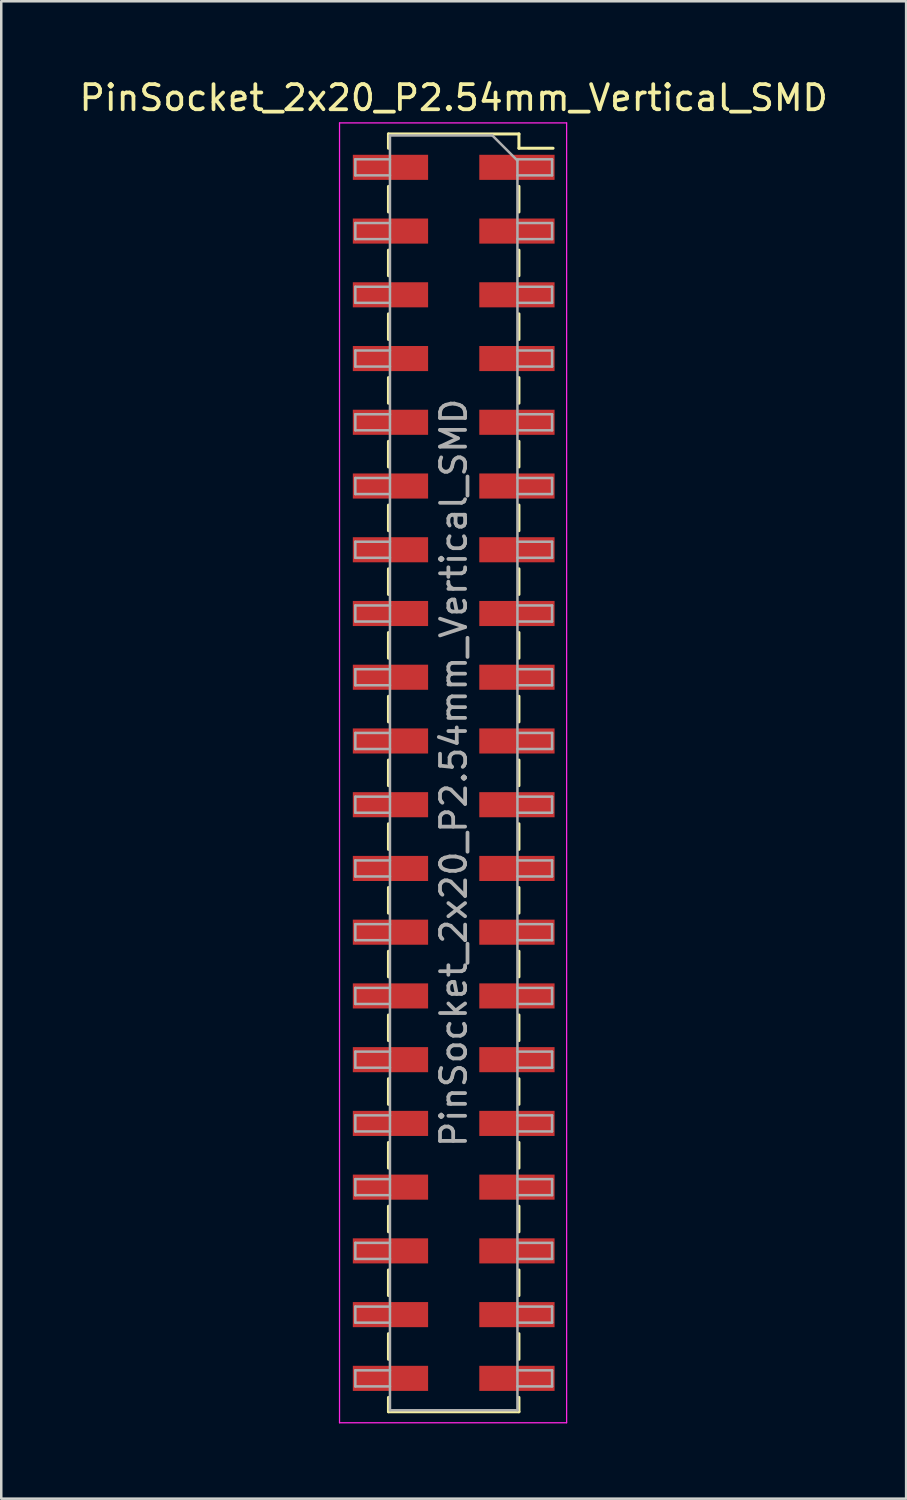
<source format=kicad_pcb>
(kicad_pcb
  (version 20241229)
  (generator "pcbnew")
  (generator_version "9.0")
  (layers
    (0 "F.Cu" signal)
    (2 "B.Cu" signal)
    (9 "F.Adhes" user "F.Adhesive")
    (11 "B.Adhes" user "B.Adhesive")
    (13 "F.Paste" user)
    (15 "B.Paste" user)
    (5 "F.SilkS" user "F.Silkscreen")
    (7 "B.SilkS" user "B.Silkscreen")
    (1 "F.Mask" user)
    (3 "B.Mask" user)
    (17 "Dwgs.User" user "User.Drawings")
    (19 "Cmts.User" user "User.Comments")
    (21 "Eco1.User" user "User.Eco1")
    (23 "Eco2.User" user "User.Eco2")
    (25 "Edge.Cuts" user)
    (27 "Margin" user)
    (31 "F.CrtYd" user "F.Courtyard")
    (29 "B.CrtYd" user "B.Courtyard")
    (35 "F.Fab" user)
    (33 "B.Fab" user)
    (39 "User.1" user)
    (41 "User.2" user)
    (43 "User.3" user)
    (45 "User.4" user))
  (footprint "PinSocket_2x20_P2.54mm_Vertical_SMD"
    (layer "F.Cu")
    (at 15.03 27.748)
    (property "Reference" "PinSocket_2x20_P2.54mm_Vertical_SMD" (at 0 -26.9 0) (layer "F.SilkS") (effects (font (size 1 1) (thickness 0.15))))
    (attr smd)
    (fp_line (start -2.6 -25.46) (end -2.6 -24.89) (stroke (width 0.12) (type solid)) (layer "F.SilkS"))
    (fp_line (start -2.6 -25.46) (end 2.6 -25.46) (stroke (width 0.12) (type solid)) (layer "F.SilkS"))
    (fp_line (start -2.6 -23.37) (end -2.6 -22.35) (stroke (width 0.12) (type solid)) (layer "F.SilkS"))
    (fp_line (start -2.6 -20.83) (end -2.6 -19.81) (stroke (width 0.12) (type solid)) (layer "F.SilkS"))
    (fp_line (start -2.6 -18.29) (end -2.6 -17.27) (stroke (width 0.12) (type solid)) (layer "F.SilkS"))
    (fp_line (start -2.6 -15.75) (end -2.6 -14.73) (stroke (width 0.12) (type solid)) (layer "F.SilkS"))
    (fp_line (start -2.6 -13.21) (end -2.6 -12.19) (stroke (width 0.12) (type solid)) (layer "F.SilkS"))
    (fp_line (start -2.6 -10.67) (end -2.6 -9.65) (stroke (width 0.12) (type solid)) (layer "F.SilkS"))
    (fp_line (start -2.6 -8.13) (end -2.6 -7.11) (stroke (width 0.12) (type solid)) (layer "F.SilkS"))
    (fp_line (start -2.6 -5.59) (end -2.6 -4.57) (stroke (width 0.12) (type solid)) (layer "F.SilkS"))
    (fp_line (start -2.6 -3.05) (end -2.6 -2.03) (stroke (width 0.12) (type solid)) (layer "F.SilkS"))
    (fp_line (start -2.6 -0.51) (end -2.6 0.51) (stroke (width 0.12) (type solid)) (layer "F.SilkS"))
    (fp_line (start -2.6 2.03) (end -2.6 3.05) (stroke (width 0.12) (type solid)) (layer "F.SilkS"))
    (fp_line (start -2.6 4.57) (end -2.6 5.59) (stroke (width 0.12) (type solid)) (layer "F.SilkS"))
    (fp_line (start -2.6 7.11) (end -2.6 8.13) (stroke (width 0.12) (type solid)) (layer "F.SilkS"))
    (fp_line (start -2.6 9.65) (end -2.6 10.67) (stroke (width 0.12) (type solid)) (layer "F.SilkS"))
    (fp_line (start -2.6 12.19) (end -2.6 13.21) (stroke (width 0.12) (type solid)) (layer "F.SilkS"))
    (fp_line (start -2.6 14.73) (end -2.6 15.75) (stroke (width 0.12) (type solid)) (layer "F.SilkS"))
    (fp_line (start -2.6 17.27) (end -2.6 18.29) (stroke (width 0.12) (type solid)) (layer "F.SilkS"))
    (fp_line (start -2.6 19.81) (end -2.6 20.83) (stroke (width 0.12) (type solid)) (layer "F.SilkS"))
    (fp_line (start -2.6 22.35) (end -2.6 23.37) (stroke (width 0.12) (type solid)) (layer "F.SilkS"))
    (fp_line (start -2.6 24.89) (end -2.6 25.46) (stroke (width 0.12) (type solid)) (layer "F.SilkS"))
    (fp_line (start -2.6 25.46) (end 2.6 25.46) (stroke (width 0.12) (type solid)) (layer "F.SilkS"))
    (fp_line (start 2.6 -25.46) (end 2.6 -24.89) (stroke (width 0.12) (type solid)) (layer "F.SilkS"))
    (fp_line (start 2.6 -24.89) (end 3.96 -24.89) (stroke (width 0.12) (type solid)) (layer "F.SilkS"))
    (fp_line (start 2.6 -23.37) (end 2.6 -22.35) (stroke (width 0.12) (type solid)) (layer "F.SilkS"))
    (fp_line (start 2.6 -20.83) (end 2.6 -19.81) (stroke (width 0.12) (type solid)) (layer "F.SilkS"))
    (fp_line (start 2.6 -18.29) (end 2.6 -17.27) (stroke (width 0.12) (type solid)) (layer "F.SilkS"))
    (fp_line (start 2.6 -15.75) (end 2.6 -14.73) (stroke (width 0.12) (type solid)) (layer "F.SilkS"))
    (fp_line (start 2.6 -13.21) (end 2.6 -12.19) (stroke (width 0.12) (type solid)) (layer "F.SilkS"))
    (fp_line (start 2.6 -10.67) (end 2.6 -9.65) (stroke (width 0.12) (type solid)) (layer "F.SilkS"))
    (fp_line (start 2.6 -8.13) (end 2.6 -7.11) (stroke (width 0.12) (type solid)) (layer "F.SilkS"))
    (fp_line (start 2.6 -5.59) (end 2.6 -4.57) (stroke (width 0.12) (type solid)) (layer "F.SilkS"))
    (fp_line (start 2.6 -3.05) (end 2.6 -2.03) (stroke (width 0.12) (type solid)) (layer "F.SilkS"))
    (fp_line (start 2.6 -0.51) (end 2.6 0.51) (stroke (width 0.12) (type solid)) (layer "F.SilkS"))
    (fp_line (start 2.6 2.03) (end 2.6 3.05) (stroke (width 0.12) (type solid)) (layer "F.SilkS"))
    (fp_line (start 2.6 4.57) (end 2.6 5.59) (stroke (width 0.12) (type solid)) (layer "F.SilkS"))
    (fp_line (start 2.6 7.11) (end 2.6 8.13) (stroke (width 0.12) (type solid)) (layer "F.SilkS"))
    (fp_line (start 2.6 9.65) (end 2.6 10.67) (stroke (width 0.12) (type solid)) (layer "F.SilkS"))
    (fp_line (start 2.6 12.19) (end 2.6 13.21) (stroke (width 0.12) (type solid)) (layer "F.SilkS"))
    (fp_line (start 2.6 14.73) (end 2.6 15.75) (stroke (width 0.12) (type solid)) (layer "F.SilkS"))
    (fp_line (start 2.6 17.27) (end 2.6 18.29) (stroke (width 0.12) (type solid)) (layer "F.SilkS"))
    (fp_line (start 2.6 19.81) (end 2.6 20.83) (stroke (width 0.12) (type solid)) (layer "F.SilkS"))
    (fp_line (start 2.6 22.35) (end 2.6 23.37) (stroke (width 0.12) (type solid)) (layer "F.SilkS"))
    (fp_line (start 2.6 24.89) (end 2.6 25.46) (stroke (width 0.12) (type solid)) (layer "F.SilkS"))
    (fp_line (start -4.55 -25.9) (end 4.5 -25.9) (stroke (width 0.05) (type solid)) (layer "F.CrtYd"))
    (fp_line (start -4.55 25.9) (end -4.55 -25.9) (stroke (width 0.05) (type solid)) (layer "F.CrtYd"))
    (fp_line (start 4.5 -25.9) (end 4.5 25.9) (stroke (width 0.05) (type solid)) (layer "F.CrtYd"))
    (fp_line (start 4.5 25.9) (end -4.55 25.9) (stroke (width 0.05) (type solid)) (layer "F.CrtYd"))
    (fp_line (start -3.92 -24.45) (end -2.54 -24.45) (stroke (width 0.1) (type solid)) (layer "F.Fab"))
    (fp_line (start -3.92 -23.81) (end -3.92 -24.45) (stroke (width 0.1) (type solid)) (layer "F.Fab"))
    (fp_line (start -3.92 -21.91) (end -2.54 -21.91) (stroke (width 0.1) (type solid)) (layer "F.Fab"))
    (fp_line (start -3.92 -21.27) (end -3.92 -21.91) (stroke (width 0.1) (type solid)) (layer "F.Fab"))
    (fp_line (start -3.92 -19.37) (end -2.54 -19.37) (stroke (width 0.1) (type solid)) (layer "F.Fab"))
    (fp_line (start -3.92 -18.73) (end -3.92 -19.37) (stroke (width 0.1) (type solid)) (layer "F.Fab"))
    (fp_line (start -3.92 -16.83) (end -2.54 -16.83) (stroke (width 0.1) (type solid)) (layer "F.Fab"))
    (fp_line (start -3.92 -16.19) (end -3.92 -16.83) (stroke (width 0.1) (type solid)) (layer "F.Fab"))
    (fp_line (start -3.92 -14.29) (end -2.54 -14.29) (stroke (width 0.1) (type solid)) (layer "F.Fab"))
    (fp_line (start -3.92 -13.65) (end -3.92 -14.29) (stroke (width 0.1) (type solid)) (layer "F.Fab"))
    (fp_line (start -3.92 -11.75) (end -2.54 -11.75) (stroke (width 0.1) (type solid)) (layer "F.Fab"))
    (fp_line (start -3.92 -11.11) (end -3.92 -11.75) (stroke (width 0.1) (type solid)) (layer "F.Fab"))
    (fp_line (start -3.92 -9.21) (end -2.54 -9.21) (stroke (width 0.1) (type solid)) (layer "F.Fab"))
    (fp_line (start -3.92 -8.57) (end -3.92 -9.21) (stroke (width 0.1) (type solid)) (layer "F.Fab"))
    (fp_line (start -3.92 -6.67) (end -2.54 -6.67) (stroke (width 0.1) (type solid)) (layer "F.Fab"))
    (fp_line (start -3.92 -6.03) (end -3.92 -6.67) (stroke (width 0.1) (type solid)) (layer "F.Fab"))
    (fp_line (start -3.92 -4.13) (end -2.54 -4.13) (stroke (width 0.1) (type solid)) (layer "F.Fab"))
    (fp_line (start -3.92 -3.49) (end -3.92 -4.13) (stroke (width 0.1) (type solid)) (layer "F.Fab"))
    (fp_line (start -3.92 -1.59) (end -2.54 -1.59) (stroke (width 0.1) (type solid)) (layer "F.Fab"))
    (fp_line (start -3.92 -0.95) (end -3.92 -1.59) (stroke (width 0.1) (type solid)) (layer "F.Fab"))
    (fp_line (start -3.92 0.95) (end -2.54 0.95) (stroke (width 0.1) (type solid)) (layer "F.Fab"))
    (fp_line (start -3.92 1.59) (end -3.92 0.95) (stroke (width 0.1) (type solid)) (layer "F.Fab"))
    (fp_line (start -3.92 3.49) (end -2.54 3.49) (stroke (width 0.1) (type solid)) (layer "F.Fab"))
    (fp_line (start -3.92 4.13) (end -3.92 3.49) (stroke (width 0.1) (type solid)) (layer "F.Fab"))
    (fp_line (start -3.92 6.03) (end -2.54 6.03) (stroke (width 0.1) (type solid)) (layer "F.Fab"))
    (fp_line (start -3.92 6.67) (end -3.92 6.03) (stroke (width 0.1) (type solid)) (layer "F.Fab"))
    (fp_line (start -3.92 8.57) (end -2.54 8.57) (stroke (width 0.1) (type solid)) (layer "F.Fab"))
    (fp_line (start -3.92 9.21) (end -3.92 8.57) (stroke (width 0.1) (type solid)) (layer "F.Fab"))
    (fp_line (start -3.92 11.11) (end -2.54 11.11) (stroke (width 0.1) (type solid)) (layer "F.Fab"))
    (fp_line (start -3.92 11.75) (end -3.92 11.11) (stroke (width 0.1) (type solid)) (layer "F.Fab"))
    (fp_line (start -3.92 13.65) (end -2.54 13.65) (stroke (width 0.1) (type solid)) (layer "F.Fab"))
    (fp_line (start -3.92 14.29) (end -3.92 13.65) (stroke (width 0.1) (type solid)) (layer "F.Fab"))
    (fp_line (start -3.92 16.19) (end -2.54 16.19) (stroke (width 0.1) (type solid)) (layer "F.Fab"))
    (fp_line (start -3.92 16.83) (end -3.92 16.19) (stroke (width 0.1) (type solid)) (layer "F.Fab"))
    (fp_line (start -3.92 18.73) (end -2.54 18.73) (stroke (width 0.1) (type solid)) (layer "F.Fab"))
    (fp_line (start -3.92 19.37) (end -3.92 18.73) (stroke (width 0.1) (type solid)) (layer "F.Fab"))
    (fp_line (start -3.92 21.27) (end -2.54 21.27) (stroke (width 0.1) (type solid)) (layer "F.Fab"))
    (fp_line (start -3.92 21.91) (end -3.92 21.27) (stroke (width 0.1) (type solid)) (layer "F.Fab"))
    (fp_line (start -3.92 23.81) (end -2.54 23.81) (stroke (width 0.1) (type solid)) (layer "F.Fab"))
    (fp_line (start -3.92 24.45) (end -3.92 23.81) (stroke (width 0.1) (type solid)) (layer "F.Fab"))
    (fp_line (start -2.54 -25.4) (end 1.54 -25.4) (stroke (width 0.1) (type solid)) (layer "F.Fab"))
    (fp_line (start -2.54 -23.81) (end -3.92 -23.81) (stroke (width 0.1) (type solid)) (layer "F.Fab"))
    (fp_line (start -2.54 -21.27) (end -3.92 -21.27) (stroke (width 0.1) (type solid)) (layer "F.Fab"))
    (fp_line (start -2.54 -18.73) (end -3.92 -18.73) (stroke (width 0.1) (type solid)) (layer "F.Fab"))
    (fp_line (start -2.54 -16.19) (end -3.92 -16.19) (stroke (width 0.1) (type solid)) (layer "F.Fab"))
    (fp_line (start -2.54 -13.65) (end -3.92 -13.65) (stroke (width 0.1) (type solid)) (layer "F.Fab"))
    (fp_line (start -2.54 -11.11) (end -3.92 -11.11) (stroke (width 0.1) (type solid)) (layer "F.Fab"))
    (fp_line (start -2.54 -8.57) (end -3.92 -8.57) (stroke (width 0.1) (type solid)) (layer "F.Fab"))
    (fp_line (start -2.54 -6.03) (end -3.92 -6.03) (stroke (width 0.1) (type solid)) (layer "F.Fab"))
    (fp_line (start -2.54 -3.49) (end -3.92 -3.49) (stroke (width 0.1) (type solid)) (layer "F.Fab"))
    (fp_line (start -2.54 -0.95) (end -3.92 -0.95) (stroke (width 0.1) (type solid)) (layer "F.Fab"))
    (fp_line (start -2.54 1.59) (end -3.92 1.59) (stroke (width 0.1) (type solid)) (layer "F.Fab"))
    (fp_line (start -2.54 4.13) (end -3.92 4.13) (stroke (width 0.1) (type solid)) (layer "F.Fab"))
    (fp_line (start -2.54 6.67) (end -3.92 6.67) (stroke (width 0.1) (type solid)) (layer "F.Fab"))
    (fp_line (start -2.54 9.21) (end -3.92 9.21) (stroke (width 0.1) (type solid)) (layer "F.Fab"))
    (fp_line (start -2.54 11.75) (end -3.92 11.75) (stroke (width 0.1) (type solid)) (layer "F.Fab"))
    (fp_line (start -2.54 14.29) (end -3.92 14.29) (stroke (width 0.1) (type solid)) (layer "F.Fab"))
    (fp_line (start -2.54 16.83) (end -3.92 16.83) (stroke (width 0.1) (type solid)) (layer "F.Fab"))
    (fp_line (start -2.54 19.37) (end -3.92 19.37) (stroke (width 0.1) (type solid)) (layer "F.Fab"))
    (fp_line (start -2.54 21.91) (end -3.92 21.91) (stroke (width 0.1) (type solid)) (layer "F.Fab"))
    (fp_line (start -2.54 24.45) (end -3.92 24.45) (stroke (width 0.1) (type solid)) (layer "F.Fab"))
    (fp_line (start -2.54 25.4) (end -2.54 -25.4) (stroke (width 0.1) (type solid)) (layer "F.Fab"))
    (fp_line (start 1.54 -25.4) (end 2.54 -24.4) (stroke (width 0.1) (type solid)) (layer "F.Fab"))
    (fp_line (start 2.54 -24.45) (end 3.92 -24.45) (stroke (width 0.1) (type solid)) (layer "F.Fab"))
    (fp_line (start 2.54 -24.4) (end 2.54 25.4) (stroke (width 0.1) (type solid)) (layer "F.Fab"))
    (fp_line (start 2.54 -21.91) (end 3.92 -21.91) (stroke (width 0.1) (type solid)) (layer "F.Fab"))
    (fp_line (start 2.54 -19.37) (end 3.92 -19.37) (stroke (width 0.1) (type solid)) (layer "F.Fab"))
    (fp_line (start 2.54 -16.83) (end 3.92 -16.83) (stroke (width 0.1) (type solid)) (layer "F.Fab"))
    (fp_line (start 2.54 -14.29) (end 3.92 -14.29) (stroke (width 0.1) (type solid)) (layer "F.Fab"))
    (fp_line (start 2.54 -11.75) (end 3.92 -11.75) (stroke (width 0.1) (type solid)) (layer "F.Fab"))
    (fp_line (start 2.54 -9.21) (end 3.92 -9.21) (stroke (width 0.1) (type solid)) (layer "F.Fab"))
    (fp_line (start 2.54 -6.67) (end 3.92 -6.67) (stroke (width 0.1) (type solid)) (layer "F.Fab"))
    (fp_line (start 2.54 -4.13) (end 3.92 -4.13) (stroke (width 0.1) (type solid)) (layer "F.Fab"))
    (fp_line (start 2.54 -1.59) (end 3.92 -1.59) (stroke (width 0.1) (type solid)) (layer "F.Fab"))
    (fp_line (start 2.54 0.95) (end 3.92 0.95) (stroke (width 0.1) (type solid)) (layer "F.Fab"))
    (fp_line (start 2.54 3.49) (end 3.92 3.49) (stroke (width 0.1) (type solid)) (layer "F.Fab"))
    (fp_line (start 2.54 6.03) (end 3.92 6.03) (stroke (width 0.1) (type solid)) (layer "F.Fab"))
    (fp_line (start 2.54 8.57) (end 3.92 8.57) (stroke (width 0.1) (type solid)) (layer "F.Fab"))
    (fp_line (start 2.54 11.11) (end 3.92 11.11) (stroke (width 0.1) (type solid)) (layer "F.Fab"))
    (fp_line (start 2.54 13.65) (end 3.92 13.65) (stroke (width 0.1) (type solid)) (layer "F.Fab"))
    (fp_line (start 2.54 16.19) (end 3.92 16.19) (stroke (width 0.1) (type solid)) (layer "F.Fab"))
    (fp_line (start 2.54 18.73) (end 3.92 18.73) (stroke (width 0.1) (type solid)) (layer "F.Fab"))
    (fp_line (start 2.54 21.27) (end 3.92 21.27) (stroke (width 0.1) (type solid)) (layer "F.Fab"))
    (fp_line (start 2.54 23.81) (end 3.92 23.81) (stroke (width 0.1) (type solid)) (layer "F.Fab"))
    (fp_line (start 2.54 25.4) (end -2.54 25.4) (stroke (width 0.1) (type solid)) (layer "F.Fab"))
    (fp_line (start 3.92 -24.45) (end 3.92 -23.81) (stroke (width 0.1) (type solid)) (layer "F.Fab"))
    (fp_line (start 3.92 -23.81) (end 2.54 -23.81) (stroke (width 0.1) (type solid)) (layer "F.Fab"))
    (fp_line (start 3.92 -21.91) (end 3.92 -21.27) (stroke (width 0.1) (type solid)) (layer "F.Fab"))
    (fp_line (start 3.92 -21.27) (end 2.54 -21.27) (stroke (width 0.1) (type solid)) (layer "F.Fab"))
    (fp_line (start 3.92 -19.37) (end 3.92 -18.73) (stroke (width 0.1) (type solid)) (layer "F.Fab"))
    (fp_line (start 3.92 -18.73) (end 2.54 -18.73) (stroke (width 0.1) (type solid)) (layer "F.Fab"))
    (fp_line (start 3.92 -16.83) (end 3.92 -16.19) (stroke (width 0.1) (type solid)) (layer "F.Fab"))
    (fp_line (start 3.92 -16.19) (end 2.54 -16.19) (stroke (width 0.1) (type solid)) (layer "F.Fab"))
    (fp_line (start 3.92 -14.29) (end 3.92 -13.65) (stroke (width 0.1) (type solid)) (layer "F.Fab"))
    (fp_line (start 3.92 -13.65) (end 2.54 -13.65) (stroke (width 0.1) (type solid)) (layer "F.Fab"))
    (fp_line (start 3.92 -11.75) (end 3.92 -11.11) (stroke (width 0.1) (type solid)) (layer "F.Fab"))
    (fp_line (start 3.92 -11.11) (end 2.54 -11.11) (stroke (width 0.1) (type solid)) (layer "F.Fab"))
    (fp_line (start 3.92 -9.21) (end 3.92 -8.57) (stroke (width 0.1) (type solid)) (layer "F.Fab"))
    (fp_line (start 3.92 -8.57) (end 2.54 -8.57) (stroke (width 0.1) (type solid)) (layer "F.Fab"))
    (fp_line (start 3.92 -6.67) (end 3.92 -6.03) (stroke (width 0.1) (type solid)) (layer "F.Fab"))
    (fp_line (start 3.92 -6.03) (end 2.54 -6.03) (stroke (width 0.1) (type solid)) (layer "F.Fab"))
    (fp_line (start 3.92 -4.13) (end 3.92 -3.49) (stroke (width 0.1) (type solid)) (layer "F.Fab"))
    (fp_line (start 3.92 -3.49) (end 2.54 -3.49) (stroke (width 0.1) (type solid)) (layer "F.Fab"))
    (fp_line (start 3.92 -1.59) (end 3.92 -0.95) (stroke (width 0.1) (type solid)) (layer "F.Fab"))
    (fp_line (start 3.92 -0.95) (end 2.54 -0.95) (stroke (width 0.1) (type solid)) (layer "F.Fab"))
    (fp_line (start 3.92 0.95) (end 3.92 1.59) (stroke (width 0.1) (type solid)) (layer "F.Fab"))
    (fp_line (start 3.92 1.59) (end 2.54 1.59) (stroke (width 0.1) (type solid)) (layer "F.Fab"))
    (fp_line (start 3.92 3.49) (end 3.92 4.13) (stroke (width 0.1) (type solid)) (layer "F.Fab"))
    (fp_line (start 3.92 4.13) (end 2.54 4.13) (stroke (width 0.1) (type solid)) (layer "F.Fab"))
    (fp_line (start 3.92 6.03) (end 3.92 6.67) (stroke (width 0.1) (type solid)) (layer "F.Fab"))
    (fp_line (start 3.92 6.67) (end 2.54 6.67) (stroke (width 0.1) (type solid)) (layer "F.Fab"))
    (fp_line (start 3.92 8.57) (end 3.92 9.21) (stroke (width 0.1) (type solid)) (layer "F.Fab"))
    (fp_line (start 3.92 9.21) (end 2.54 9.21) (stroke (width 0.1) (type solid)) (layer "F.Fab"))
    (fp_line (start 3.92 11.11) (end 3.92 11.75) (stroke (width 0.1) (type solid)) (layer "F.Fab"))
    (fp_line (start 3.92 11.75) (end 2.54 11.75) (stroke (width 0.1) (type solid)) (layer "F.Fab"))
    (fp_line (start 3.92 13.65) (end 3.92 14.29) (stroke (width 0.1) (type solid)) (layer "F.Fab"))
    (fp_line (start 3.92 14.29) (end 2.54 14.29) (stroke (width 0.1) (type solid)) (layer "F.Fab"))
    (fp_line (start 3.92 16.19) (end 3.92 16.83) (stroke (width 0.1) (type solid)) (layer "F.Fab"))
    (fp_line (start 3.92 16.83) (end 2.54 16.83) (stroke (width 0.1) (type solid)) (layer "F.Fab"))
    (fp_line (start 3.92 18.73) (end 3.92 19.37) (stroke (width 0.1) (type solid)) (layer "F.Fab"))
    (fp_line (start 3.92 19.37) (end 2.54 19.37) (stroke (width 0.1) (type solid)) (layer "F.Fab"))
    (fp_line (start 3.92 21.27) (end 3.92 21.91) (stroke (width 0.1) (type solid)) (layer "F.Fab"))
    (fp_line (start 3.92 21.91) (end 2.54 21.91) (stroke (width 0.1) (type solid)) (layer "F.Fab"))
    (fp_line (start 3.92 23.81) (end 3.92 24.45) (stroke (width 0.1) (type solid)) (layer "F.Fab"))
    (fp_line (start 3.92 24.45) (end 2.54 24.45) (stroke (width 0.1) (type solid)) (layer "F.Fab"))
    (fp_text user "${REFERENCE}" (at 0 0 90) (layer "F.Fab") (effects (font (size 1 1) (thickness 0.15))))
    (pad "1" smd rect (at 2.52 -24.13) (size 3 1) (layers "F.Cu" "F.Mask" "F.Paste"))
    (pad "2" smd rect (at -2.52 -24.13) (size 3 1) (layers "F.Cu" "F.Mask" "F.Paste"))
    (pad "3" smd rect (at 2.52 -21.59) (size 3 1) (layers "F.Cu" "F.Mask" "F.Paste"))
    (pad "4" smd rect (at -2.52 -21.59) (size 3 1) (layers "F.Cu" "F.Mask" "F.Paste"))
    (pad "5" smd rect (at 2.52 -19.05) (size 3 1) (layers "F.Cu" "F.Mask" "F.Paste"))
    (pad "6" smd rect (at -2.52 -19.05) (size 3 1) (layers "F.Cu" "F.Mask" "F.Paste"))
    (pad "7" smd rect (at 2.52 -16.51) (size 3 1) (layers "F.Cu" "F.Mask" "F.Paste"))
    (pad "8" smd rect (at -2.52 -16.51) (size 3 1) (layers "F.Cu" "F.Mask" "F.Paste"))
    (pad "9" smd rect (at 2.52 -13.97) (size 3 1) (layers "F.Cu" "F.Mask" "F.Paste"))
    (pad "10" smd rect (at -2.52 -13.97) (size 3 1) (layers "F.Cu" "F.Mask" "F.Paste"))
    (pad "11" smd rect (at 2.52 -11.43) (size 3 1) (layers "F.Cu" "F.Mask" "F.Paste"))
    (pad "12" smd rect (at -2.52 -11.43) (size 3 1) (layers "F.Cu" "F.Mask" "F.Paste"))
    (pad "13" smd rect (at 2.52 -8.89) (size 3 1) (layers "F.Cu" "F.Mask" "F.Paste"))
    (pad "14" smd rect (at -2.52 -8.89) (size 3 1) (layers "F.Cu" "F.Mask" "F.Paste"))
    (pad "15" smd rect (at 2.52 -6.35) (size 3 1) (layers "F.Cu" "F.Mask" "F.Paste"))
    (pad "16" smd rect (at -2.52 -6.35) (size 3 1) (layers "F.Cu" "F.Mask" "F.Paste"))
    (pad "17" smd rect (at 2.52 -3.81) (size 3 1) (layers "F.Cu" "F.Mask" "F.Paste"))
    (pad "18" smd rect (at -2.52 -3.81) (size 3 1) (layers "F.Cu" "F.Mask" "F.Paste"))
    (pad "19" smd rect (at 2.52 -1.27) (size 3 1) (layers "F.Cu" "F.Mask" "F.Paste"))
    (pad "20" smd rect (at -2.52 -1.27) (size 3 1) (layers "F.Cu" "F.Mask" "F.Paste"))
    (pad "21" smd rect (at 2.52 1.27) (size 3 1) (layers "F.Cu" "F.Mask" "F.Paste"))
    (pad "22" smd rect (at -2.52 1.27) (size 3 1) (layers "F.Cu" "F.Mask" "F.Paste"))
    (pad "23" smd rect (at 2.52 3.81) (size 3 1) (layers "F.Cu" "F.Mask" "F.Paste"))
    (pad "24" smd rect (at -2.52 3.81) (size 3 1) (layers "F.Cu" "F.Mask" "F.Paste"))
    (pad "25" smd rect (at 2.52 6.35) (size 3 1) (layers "F.Cu" "F.Mask" "F.Paste"))
    (pad "26" smd rect (at -2.52 6.35) (size 3 1) (layers "F.Cu" "F.Mask" "F.Paste"))
    (pad "27" smd rect (at 2.52 8.89) (size 3 1) (layers "F.Cu" "F.Mask" "F.Paste"))
    (pad "28" smd rect (at -2.52 8.89) (size 3 1) (layers "F.Cu" "F.Mask" "F.Paste"))
    (pad "29" smd rect (at 2.52 11.43) (size 3 1) (layers "F.Cu" "F.Mask" "F.Paste"))
    (pad "30" smd rect (at -2.52 11.43) (size 3 1) (layers "F.Cu" "F.Mask" "F.Paste"))
    (pad "31" smd rect (at 2.52 13.97) (size 3 1) (layers "F.Cu" "F.Mask" "F.Paste"))
    (pad "32" smd rect (at -2.52 13.97) (size 3 1) (layers "F.Cu" "F.Mask" "F.Paste"))
    (pad "33" smd rect (at 2.52 16.51) (size 3 1) (layers "F.Cu" "F.Mask" "F.Paste"))
    (pad "34" smd rect (at -2.52 16.51) (size 3 1) (layers "F.Cu" "F.Mask" "F.Paste"))
    (pad "35" smd rect (at 2.52 19.05) (size 3 1) (layers "F.Cu" "F.Mask" "F.Paste"))
    (pad "36" smd rect (at -2.52 19.05) (size 3 1) (layers "F.Cu" "F.Mask" "F.Paste"))
    (pad "37" smd rect (at 2.52 21.59) (size 3 1) (layers "F.Cu" "F.Mask" "F.Paste"))
    (pad "38" smd rect (at -2.52 21.59) (size 3 1) (layers "F.Cu" "F.Mask" "F.Paste"))
    (pad "39" smd rect (at 2.52 24.13) (size 3 1) (layers "F.Cu" "F.Mask" "F.Paste"))
    (pad "40" smd rect (at -2.52 24.13) (size 3 1) (layers "F.Cu" "F.Mask" "F.Paste")))
  (gr_rect
    (start -3 -3)
    (end 33.06 56.673)
    (stroke (width 0.1) (type default))
    (fill no)
    (layer "Edge.Cuts")))
</source>
